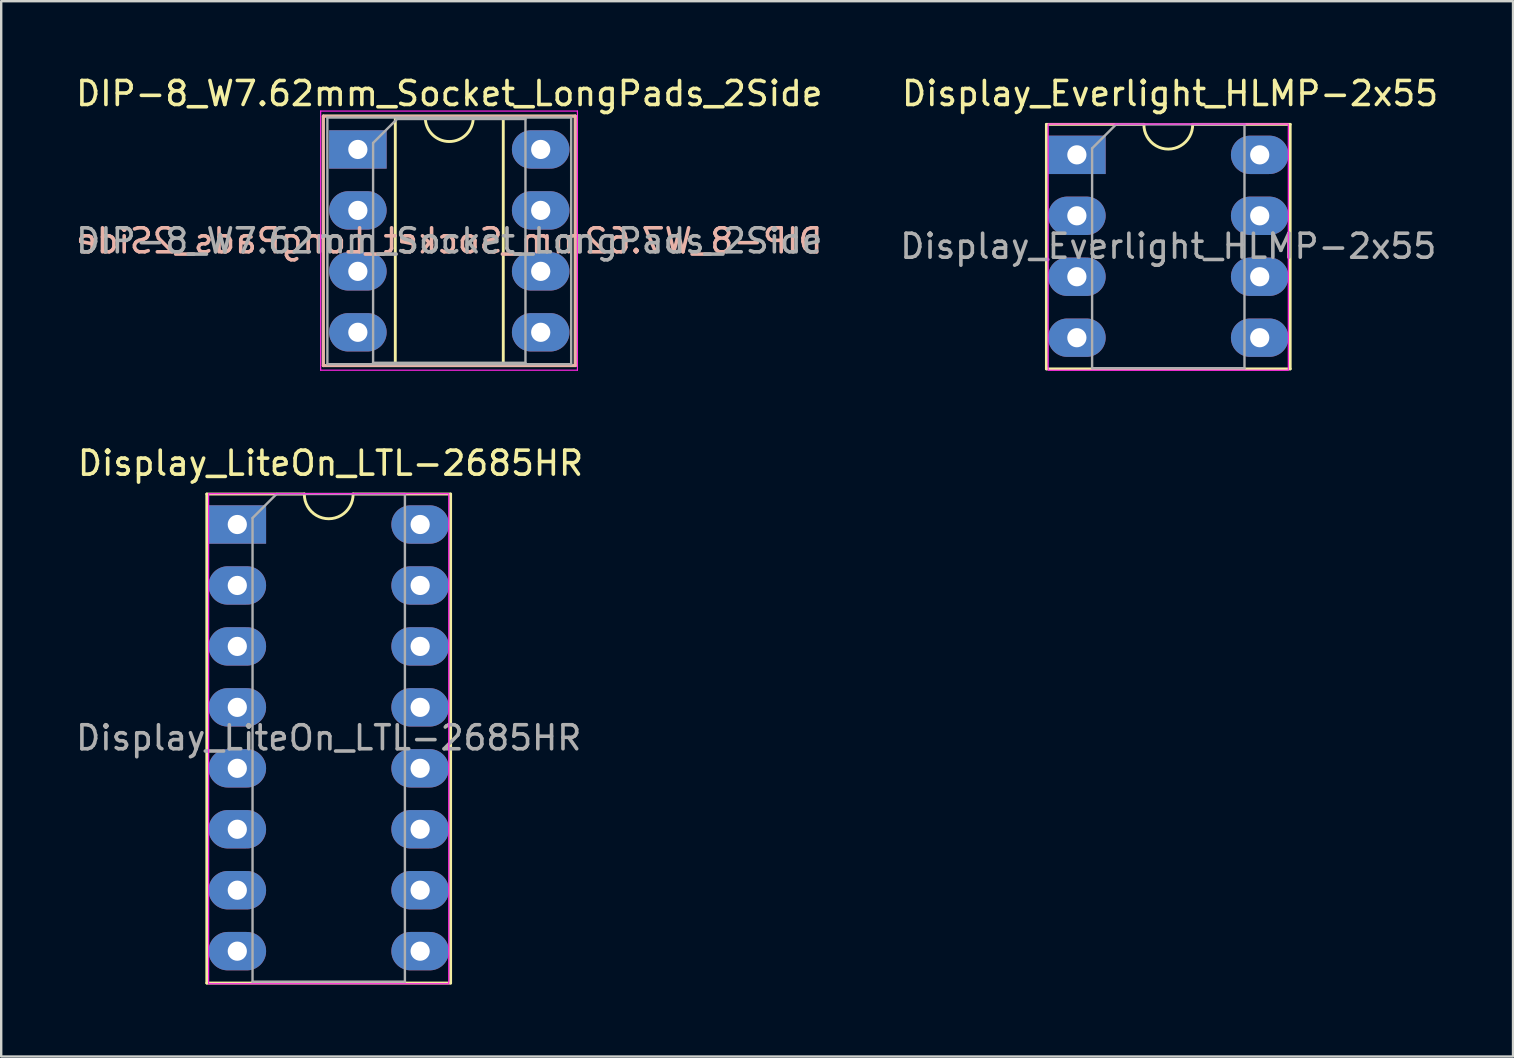
<source format=kicad_pcb>
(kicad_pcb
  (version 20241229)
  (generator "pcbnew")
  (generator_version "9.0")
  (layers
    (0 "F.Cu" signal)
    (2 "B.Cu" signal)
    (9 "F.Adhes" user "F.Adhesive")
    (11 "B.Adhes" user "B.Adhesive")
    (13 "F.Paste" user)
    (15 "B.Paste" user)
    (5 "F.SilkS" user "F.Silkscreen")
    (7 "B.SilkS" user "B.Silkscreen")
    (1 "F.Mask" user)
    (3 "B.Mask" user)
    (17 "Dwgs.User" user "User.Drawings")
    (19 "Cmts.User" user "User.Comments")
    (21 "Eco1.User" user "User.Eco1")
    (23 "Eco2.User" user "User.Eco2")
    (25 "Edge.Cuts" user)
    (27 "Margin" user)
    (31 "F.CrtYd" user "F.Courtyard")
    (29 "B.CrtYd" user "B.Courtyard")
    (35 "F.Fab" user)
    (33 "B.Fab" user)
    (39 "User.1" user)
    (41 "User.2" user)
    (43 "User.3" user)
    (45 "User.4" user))
  (footprint "Display_LiteOn_LTL-2685HR"
    (layer "F.Cu")
    (at 6.839 18.808)
    (property "Reference" "Display_LiteOn_LTL-2685HR" (at 3.884 -2.555 0) (unlocked yes) (layer "F.SilkS") (effects (font (size 1 1) (thickness 0.15))))
    (attr through_hole)
    (fp_line (start -1.27 -1.27) (end -1.27 19.11) (stroke (width 0.12) (type solid)) (layer "F.SilkS"))
    (fp_line (start -1.27 19.11) (end 8.89 19.11) (stroke (width 0.12) (type solid)) (layer "F.SilkS"))
    (fp_line (start 2.794 -1.27) (end -1.27 -1.27) (stroke (width 0.12) (type solid)) (layer "F.SilkS"))
    (fp_line (start 8.89 -1.27) (end 4.826 -1.27) (stroke (width 0.12) (type solid)) (layer "F.SilkS"))
    (fp_line (start 8.89 19.11) (end 8.89 -1.27) (stroke (width 0.12) (type solid)) (layer "F.SilkS"))
    (fp_arc (start 4.826 -1.27) (mid 3.81 -0.237744) (end 2.794 -1.27) (stroke (width 0.12) (type solid)) (layer "F.SilkS"))
    (fp_rect (start -1.196 -1.285) (end 8.812 19.137) (stroke (width 0.051) (type solid)) (fill no) (layer "F.CrtYd"))
    (fp_line (start 0.635 -0.27) (end 1.635 -1.27) (stroke (width 0.1) (type solid)) (layer "F.Fab"))
    (fp_line (start 0.635 19.05) (end 0.635 -0.27) (stroke (width 0.1) (type solid)) (layer "F.Fab"))
    (fp_line (start 1.635 -1.27) (end 6.985 -1.27) (stroke (width 0.1) (type solid)) (layer "F.Fab"))
    (fp_line (start 6.985 -1.27) (end 6.985 19.05) (stroke (width 0.1) (type solid)) (layer "F.Fab"))
    (fp_line (start 6.985 19.05) (end 0.635 19.05) (stroke (width 0.1) (type solid)) (layer "F.Fab"))
    (fp_text user "${REFERENCE}" (at 3.81 8.89 0) (layer "F.Fab") (effects (font (size 1 1) (thickness 0.15))))
    (pad "1" thru_hole rect (at 0 0) (size 2.4 1.6) (drill 0.8) (layers "*.Cu" "*.Mask"))
    (pad "2" thru_hole oval (at 0 2.54) (size 2.4 1.6) (drill 0.8) (layers "*.Cu" "*.Mask"))
    (pad "3" thru_hole oval (at 0 5.08) (size 2.4 1.6) (drill 0.8) (layers "*.Cu" "*.Mask"))
    (pad "4" thru_hole oval (at 0 7.62) (size 2.4 1.6) (drill 0.8) (layers "*.Cu" "*.Mask"))
    (pad "5" thru_hole oval (at 0 10.16) (size 2.4 1.6) (drill 0.8) (layers "*.Cu" "*.Mask"))
    (pad "6" thru_hole oval (at 0 12.7) (size 2.4 1.6) (drill 0.8) (layers "*.Cu" "*.Mask"))
    (pad "7" thru_hole oval (at 0 15.24) (size 2.4 1.6) (drill 0.8) (layers "*.Cu" "*.Mask"))
    (pad "8" thru_hole oval (at 0 17.78) (size 2.4 1.6) (drill 0.8) (layers "*.Cu" "*.Mask"))
    (pad "9" thru_hole oval (at 7.62 17.78) (size 2.4 1.6) (drill 0.8) (layers "*.Cu" "*.Mask"))
    (pad "10" thru_hole oval (at 7.62 15.24) (size 2.4 1.6) (drill 0.8) (layers "*.Cu" "*.Mask"))
    (pad "11" thru_hole oval (at 7.62 12.7) (size 2.4 1.6) (drill 0.8) (layers "*.Cu" "*.Mask"))
    (pad "12" thru_hole oval (at 7.62 10.16) (size 2.4 1.6) (drill 0.8) (layers "*.Cu" "*.Mask"))
    (pad "13" thru_hole oval (at 7.62 7.62) (size 2.4 1.6) (drill 0.8) (layers "*.Cu" "*.Mask"))
    (pad "14" thru_hole oval (at 7.62 5.08) (size 2.4 1.6) (drill 0.8) (layers "*.Cu" "*.Mask"))
    (pad "15" thru_hole oval (at 7.62 2.54) (size 2.4 1.6) (drill 0.8) (layers "*.Cu" "*.Mask"))
    (pad "16" thru_hole oval (at 7.62 0) (size 2.4 1.6) (drill 0.8) (layers "*.Cu" "*.Mask")))
  (footprint "Display_Everlight_HLMP-2x55"
    (layer "F.Cu")
    (at 41.827 3.403)
    (property "Reference" "Display_Everlight_HLMP-2x55" (at 3.884 -2.555 0) (unlocked yes) (layer "F.SilkS") (effects (font (size 1 1) (thickness 0.15))))
    (attr through_hole)
    (fp_line (start -1.27 -1.27) (end -1.27 8.92) (stroke (width 0.12) (type solid)) (layer "F.SilkS"))
    (fp_line (start -1.27 8.92) (end 8.89 8.92) (stroke (width 0.12) (type solid)) (layer "F.SilkS"))
    (fp_line (start 2.794 -1.27) (end -1.27 -1.27) (stroke (width 0.12) (type solid)) (layer "F.SilkS"))
    (fp_line (start 8.89 -1.27) (end 4.826 -1.27) (stroke (width 0.12) (type solid)) (layer "F.SilkS"))
    (fp_line (start 8.89 8.92) (end 8.89 -1.27) (stroke (width 0.12) (type solid)) (layer "F.SilkS"))
    (fp_arc (start 4.826 -1.27) (mid 3.81 -0.237744) (end 2.794 -1.27) (stroke (width 0.12) (type solid)) (layer "F.SilkS"))
    (fp_rect (start -1.196 -1.285) (end 8.812 8.977) (stroke (width 0.051) (type solid)) (fill no) (layer "F.CrtYd"))
    (fp_line (start 0.635 -0.27) (end 1.635 -1.27) (stroke (width 0.1) (type solid)) (layer "F.Fab"))
    (fp_line (start 0.635 8.89) (end 0.635 -0.27) (stroke (width 0.1) (type solid)) (layer "F.Fab"))
    (fp_line (start 1.635 -1.27) (end 6.985 -1.27) (stroke (width 0.1) (type solid)) (layer "F.Fab"))
    (fp_line (start 6.985 -1.27) (end 6.985 8.89) (stroke (width 0.1) (type solid)) (layer "F.Fab"))
    (fp_line (start 6.985 8.89) (end 0.635 8.89) (stroke (width 0.1) (type solid)) (layer "F.Fab"))
    (fp_text user "${REFERENCE}" (at 3.81 3.81 0) (layer "F.Fab") (effects (font (size 1 1) (thickness 0.15))))
    (pad "1" thru_hole rect (at 0 0) (size 2.4 1.6) (drill 0.8) (layers "*.Cu" "*.Mask"))
    (pad "2" thru_hole oval (at 0 2.54) (size 2.4 1.6) (drill 0.8) (layers "*.Cu" "*.Mask"))
    (pad "3" thru_hole oval (at 0 5.08) (size 2.4 1.6) (drill 0.8) (layers "*.Cu" "*.Mask"))
    (pad "4" thru_hole oval (at 0 7.62) (size 2.4 1.6) (drill 0.8) (layers "*.Cu" "*.Mask"))
    (pad "5" thru_hole oval (at 7.62 7.62) (size 2.4 1.6) (drill 0.8) (layers "*.Cu" "*.Mask"))
    (pad "6" thru_hole oval (at 7.62 5.08) (size 2.4 1.6) (drill 0.8) (layers "*.Cu" "*.Mask"))
    (pad "7" thru_hole oval (at 7.62 2.54) (size 2.4 1.6) (drill 0.8) (layers "*.Cu" "*.Mask"))
    (pad "8" thru_hole oval (at 7.62 0) (size 2.4 1.6) (drill 0.8) (layers "*.Cu" "*.Mask")))
  (footprint "DIP-8_W7.62mm_Socket_LongPads_2Side"
    (layer "F.Cu")
    (at 11.863 3.178)
    (property "Reference" "DIP-8_W7.62mm_Socket_LongPads_2Side" (at 3.81 -2.33 0) (layer "F.SilkS") (effects (font (size 1 1) (thickness 0.15))))
    (attr through_hole)
    (fp_line (start -1.44 -1.39) (end -1.44 9.01) (stroke (width 0.12) (type solid)) (layer "F.SilkS"))
    (fp_line (start -1.44 9.01) (end 9.06 9.01) (stroke (width 0.12) (type solid)) (layer "F.SilkS"))
    (fp_line (start 1.56 -1.33) (end 1.56 8.95) (stroke (width 0.12) (type solid)) (layer "F.SilkS"))
    (fp_line (start 1.56 8.95) (end 6.06 8.95) (stroke (width 0.12) (type solid)) (layer "F.SilkS"))
    (fp_line (start 2.81 -1.33) (end 1.56 -1.33) (stroke (width 0.12) (type solid)) (layer "F.SilkS"))
    (fp_line (start 6.06 -1.33) (end 4.81 -1.33) (stroke (width 0.12) (type solid)) (layer "F.SilkS"))
    (fp_line (start 6.06 8.95) (end 6.06 -1.33) (stroke (width 0.12) (type solid)) (layer "F.SilkS"))
    (fp_line (start 9.06 -1.39) (end -1.44 -1.39) (stroke (width 0.12) (type solid)) (layer "F.SilkS"))
    (fp_line (start 9.06 9.01) (end 9.06 -1.39) (stroke (width 0.12) (type solid)) (layer "F.SilkS"))
    (fp_arc (start 4.81 -1.33) (mid 3.81 -0.33) (end 2.81 -1.33) (stroke (width 0.12) (type solid)) (layer "F.SilkS"))
    (fp_line (start -1.44 -1.39) (end -1.44 9.01) (stroke (width 0.12) (type solid)) (layer "B.SilkS"))
    (fp_line (start -1.44 9.01) (end 9.06 9.01) (stroke (width 0.12) (type solid)) (layer "B.SilkS"))
    (fp_line (start 9.06 -1.39) (end -1.44 -1.39) (stroke (width 0.12) (type solid)) (layer "B.SilkS"))
    (fp_line (start 9.06 9.01) (end 9.06 -1.39) (stroke (width 0.12) (type solid)) (layer "B.SilkS"))
    (fp_line (start -1.55 -1.6) (end -1.55 9.2) (stroke (width 0.05) (type solid)) (layer "F.CrtYd"))
    (fp_line (start -1.55 9.2) (end 9.15 9.2) (stroke (width 0.05) (type solid)) (layer "F.CrtYd"))
    (fp_line (start 9.15 -1.6) (end -1.55 -1.6) (stroke (width 0.05) (type solid)) (layer "F.CrtYd"))
    (fp_line (start 9.15 9.2) (end 9.15 -1.6) (stroke (width 0.05) (type solid)) (layer "F.CrtYd"))
    (fp_line (start -1.27 -1.33) (end -1.27 8.95) (stroke (width 0.1) (type solid)) (layer "F.Fab"))
    (fp_line (start -1.27 8.95) (end 8.89 8.95) (stroke (width 0.1) (type solid)) (layer "F.Fab"))
    (fp_line (start 0.635 -0.27) (end 1.635 -1.27) (stroke (width 0.1) (type solid)) (layer "F.Fab"))
    (fp_line (start 0.635 8.89) (end 0.635 -0.27) (stroke (width 0.1) (type solid)) (layer "F.Fab"))
    (fp_line (start 1.635 -1.27) (end 6.985 -1.27) (stroke (width 0.1) (type solid)) (layer "F.Fab"))
    (fp_line (start 6.985 -1.27) (end 6.985 8.89) (stroke (width 0.1) (type solid)) (layer "F.Fab"))
    (fp_line (start 6.985 8.89) (end 0.635 8.89) (stroke (width 0.1) (type solid)) (layer "F.Fab"))
    (fp_line (start 8.89 -1.33) (end -1.27 -1.33) (stroke (width 0.1) (type solid)) (layer "F.Fab"))
    (fp_line (start 8.89 8.95) (end 8.89 -1.33) (stroke (width 0.1) (type solid)) (layer "F.Fab"))
    (fp_text user "${REFERENCE}" (at 3.81 3.81 0) (layer "B.SilkS") (effects (font (size 1 1) (thickness 0.15)) (justify mirror)))
    (fp_text user "${REFERENCE}" (at 3.81 3.81 0) (layer "F.Fab") (effects (font (size 1 1) (thickness 0.15))))
    (pad "1" thru_hole rect (at 0 0) (size 2.4 1.6) (drill 0.8) (layers "*.Cu" "*.Mask"))
    (pad "2" thru_hole oval (at 0 2.54) (size 2.4 1.6) (drill 0.8) (layers "*.Cu" "*.Mask"))
    (pad "3" thru_hole oval (at 0 5.08) (size 2.4 1.6) (drill 0.8) (layers "*.Cu" "*.Mask"))
    (pad "4" thru_hole oval (at 0 7.62) (size 2.4 1.6) (drill 0.8) (layers "*.Cu" "*.Mask"))
    (pad "5" thru_hole oval (at 7.62 7.62) (size 2.4 1.6) (drill 0.8) (layers "*.Cu" "*.Mask"))
    (pad "6" thru_hole oval (at 7.62 5.08) (size 2.4 1.6) (drill 0.8) (layers "*.Cu" "*.Mask"))
    (pad "7" thru_hole oval (at 7.62 2.54) (size 2.4 1.6) (drill 0.8) (layers "*.Cu" "*.Mask"))
    (pad "8" thru_hole oval (at 7.62 0) (size 2.4 1.6) (drill 0.8) (layers "*.Cu" "*.Mask")))
  (gr_rect
    (start -3 -3)
    (end 60.003 40.978)
    (stroke (width 0.1) (type default))
    (fill no)
    (layer "Edge.Cuts")))
</source>
